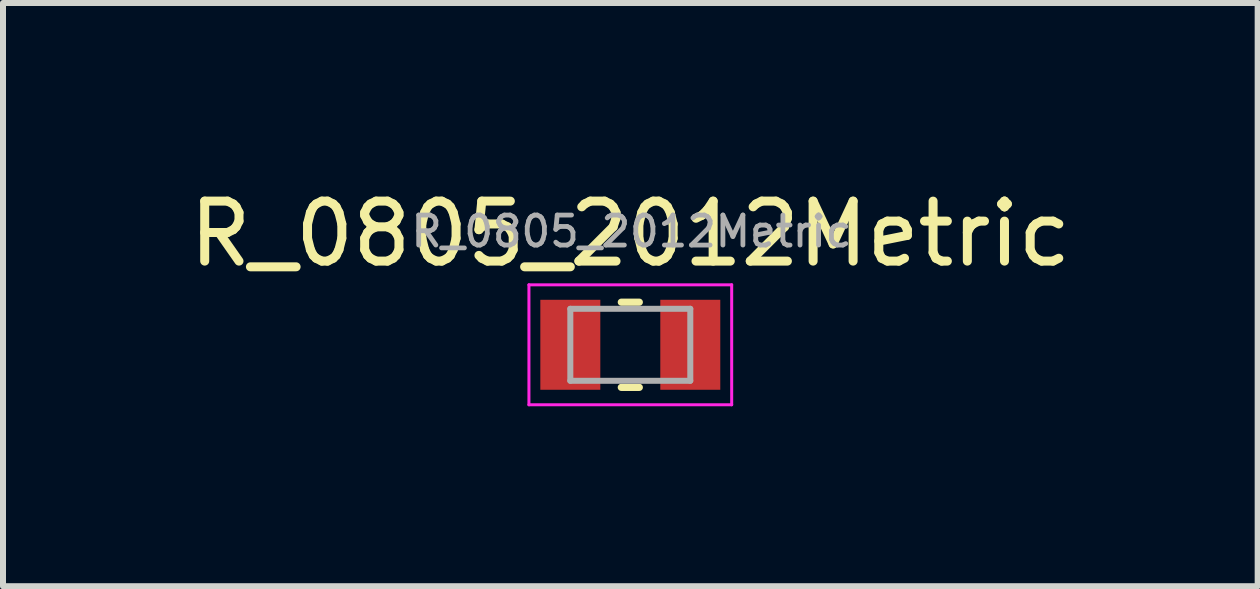
<source format=kicad_pcb>
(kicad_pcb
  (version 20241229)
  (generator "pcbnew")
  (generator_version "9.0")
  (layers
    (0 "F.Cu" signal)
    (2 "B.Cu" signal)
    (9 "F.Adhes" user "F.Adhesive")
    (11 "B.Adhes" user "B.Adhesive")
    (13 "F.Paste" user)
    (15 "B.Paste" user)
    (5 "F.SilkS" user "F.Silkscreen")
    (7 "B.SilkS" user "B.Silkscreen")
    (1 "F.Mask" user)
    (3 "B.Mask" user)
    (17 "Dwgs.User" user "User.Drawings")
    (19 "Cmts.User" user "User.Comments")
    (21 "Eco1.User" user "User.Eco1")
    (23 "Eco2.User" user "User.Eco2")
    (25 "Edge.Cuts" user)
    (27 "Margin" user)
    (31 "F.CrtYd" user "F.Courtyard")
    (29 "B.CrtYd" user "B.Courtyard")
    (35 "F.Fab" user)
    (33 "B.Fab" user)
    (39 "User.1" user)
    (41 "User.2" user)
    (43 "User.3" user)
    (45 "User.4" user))
  (footprint "R_0805_2012Metric"
    (layer "F.Cu")
    (at 7.458 2.698)
    (property "Reference" "R_0805_2012Metric" (at 0 -1.85 0) (layer "F.SilkS") (effects (font (size 1 1) (thickness 0.15))))
    (attr smd)
    (fp_line (start -0.15 -0.71) (end 0.15 -0.71) (stroke (width 0.12) (type solid)) (layer "F.SilkS"))
    (fp_line (start -0.15 0.71) (end 0.15 0.71) (stroke (width 0.12) (type solid)) (layer "F.SilkS"))
    (fp_line (start -1.69 -1) (end 1.69 -1) (stroke (width 0.05) (type solid)) (layer "F.CrtYd"))
    (fp_line (start -1.69 1) (end -1.69 -1) (stroke (width 0.05) (type solid)) (layer "F.CrtYd"))
    (fp_line (start 1.69 -1) (end 1.69 1) (stroke (width 0.05) (type solid)) (layer "F.CrtYd"))
    (fp_line (start 1.69 1) (end -1.69 1) (stroke (width 0.05) (type solid)) (layer "F.CrtYd"))
    (fp_line (start -1 -0.6) (end 1 -0.6) (stroke (width 0.1) (type solid)) (layer "F.Fab"))
    (fp_line (start -1 0.6) (end -1 -0.6) (stroke (width 0.1) (type solid)) (layer "F.Fab"))
    (fp_line (start 1 -0.6) (end 1 0.6) (stroke (width 0.1) (type solid)) (layer "F.Fab"))
    (fp_line (start 1 0.6) (end -1 0.6) (stroke (width 0.1) (type solid)) (layer "F.Fab"))
    (fp_text user "${REFERENCE}" (at 0.02 -1.89 0) (layer "F.Fab") (effects (font (size 0.5 0.5) (thickness 0.08))))
    (pad "1" smd rect (at -1 0) (size 1 1.5) (layers "F.Cu" "F.Mask" "F.Paste"))
    (pad "2" smd rect (at 1 0) (size 1 1.5) (layers "F.Cu" "F.Mask" "F.Paste")))
  (gr_rect
    (start -3 -3)
    (end 17.917 6.723)
    (stroke (width 0.1) (type default))
    (fill no)
    (layer "Edge.Cuts")))
</source>
